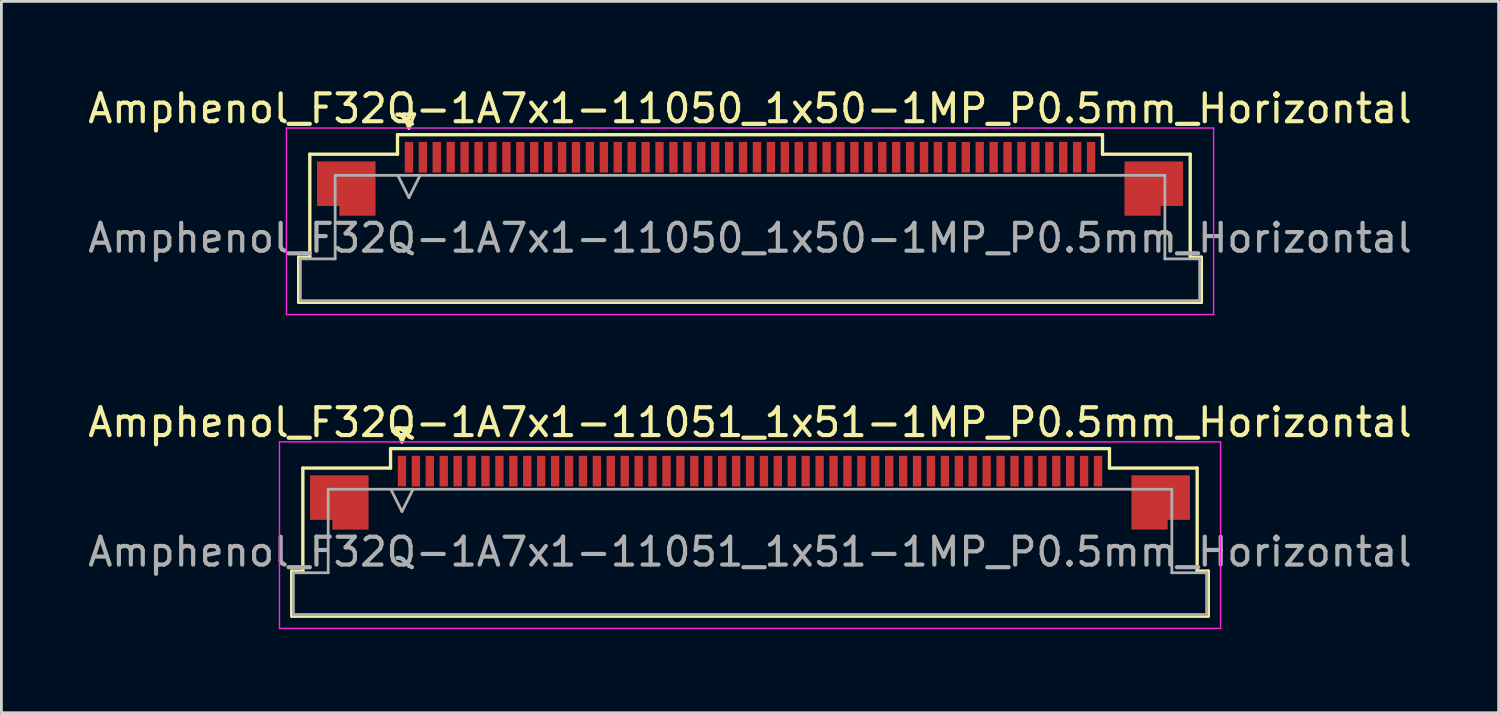
<source format=kicad_pcb>
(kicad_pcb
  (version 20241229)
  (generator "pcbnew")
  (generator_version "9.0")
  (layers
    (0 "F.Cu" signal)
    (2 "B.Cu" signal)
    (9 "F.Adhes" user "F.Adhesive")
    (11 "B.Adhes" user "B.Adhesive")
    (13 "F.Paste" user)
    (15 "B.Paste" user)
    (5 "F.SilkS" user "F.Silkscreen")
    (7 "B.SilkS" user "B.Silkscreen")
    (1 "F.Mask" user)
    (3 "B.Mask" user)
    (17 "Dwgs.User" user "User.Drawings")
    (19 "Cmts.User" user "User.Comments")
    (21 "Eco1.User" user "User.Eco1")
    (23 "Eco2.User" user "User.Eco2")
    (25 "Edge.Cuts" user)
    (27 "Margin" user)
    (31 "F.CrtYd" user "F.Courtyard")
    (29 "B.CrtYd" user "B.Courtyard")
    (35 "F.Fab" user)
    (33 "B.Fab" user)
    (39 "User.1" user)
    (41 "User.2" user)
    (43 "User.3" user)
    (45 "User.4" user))
  (footprint "Amphenol_F32Q-1A7x1-11051_1x51-1MP_P0.5mm_Horizontal"
    (layer "F.Cu")
    (at 23.887 16.771)
    (property "Reference" "Amphenol_F32Q-1A7x1-11051_1x51-1MP_P0.5mm_Horizontal" (at 0 -4.65 0) (layer "F.SilkS") (effects (font (size 1 1) (thickness 0.15))))
    (attr smd)
    (fp_line (start -16.46 0.69) (end -16.06 0.69) (stroke (width 0.12) (type solid)) (layer "F.SilkS"))
    (fp_line (start -16.46 2.31) (end -16.46 0.69) (stroke (width 0.12) (type solid)) (layer "F.SilkS"))
    (fp_line (start -16.06 -3.01) (end -12.91 -3.01) (stroke (width 0.12) (type solid)) (layer "F.SilkS"))
    (fp_line (start -16.06 0.69) (end -16.06 -3.01) (stroke (width 0.12) (type solid)) (layer "F.SilkS"))
    (fp_line (start -12.91 -3.71) (end 12.91 -3.71) (stroke (width 0.12) (type solid)) (layer "F.SilkS"))
    (fp_line (start -12.91 -3.01) (end -12.91 -3.71) (stroke (width 0.12) (type solid)) (layer "F.SilkS"))
    (fp_line (start -12.7 -4.45) (end -12.5 -3.95) (stroke (width 0.12) (type solid)) (layer "F.SilkS"))
    (fp_line (start -12.5 -3.95) (end -12.3 -4.45) (stroke (width 0.12) (type solid)) (layer "F.SilkS"))
    (fp_line (start -12.3 -4.45) (end -12.7 -4.45) (stroke (width 0.12) (type solid)) (layer "F.SilkS"))
    (fp_line (start 12.91 -3.71) (end 12.91 -3.01) (stroke (width 0.12) (type solid)) (layer "F.SilkS"))
    (fp_line (start 12.91 -3.01) (end 16.06 -3.01) (stroke (width 0.12) (type solid)) (layer "F.SilkS"))
    (fp_line (start 16.06 -3.01) (end 16.06 0.69) (stroke (width 0.12) (type solid)) (layer "F.SilkS"))
    (fp_line (start 16.06 0.69) (end 16.46 0.69) (stroke (width 0.12) (type solid)) (layer "F.SilkS"))
    (fp_line (start 16.46 0.69) (end 16.46 2.31) (stroke (width 0.12) (type solid)) (layer "F.SilkS"))
    (fp_line (start 16.46 2.31) (end -16.46 2.31) (stroke (width 0.12) (type solid)) (layer "F.SilkS"))
    (fp_line (start -16.9 -3.95) (end -16.9 2.75) (stroke (width 0.05) (type solid)) (layer "F.CrtYd"))
    (fp_line (start -16.9 2.75) (end 16.9 2.75) (stroke (width 0.05) (type solid)) (layer "F.CrtYd"))
    (fp_line (start 16.9 -3.95) (end -16.9 -3.95) (stroke (width 0.05) (type solid)) (layer "F.CrtYd"))
    (fp_line (start 16.9 2.75) (end 16.9 -3.95) (stroke (width 0.05) (type solid)) (layer "F.CrtYd"))
    (fp_line (start -16.4 0.75) (end -15.15 0.75) (stroke (width 0.1) (type solid)) (layer "F.Fab"))
    (fp_line (start -16.4 2.25) (end -16.4 0.75) (stroke (width 0.1) (type solid)) (layer "F.Fab"))
    (fp_line (start -15.15 -2.25) (end 15.15 -2.25) (stroke (width 0.1) (type solid)) (layer "F.Fab"))
    (fp_line (start -15.15 0.75) (end -15.15 -2.25) (stroke (width 0.1) (type solid)) (layer "F.Fab"))
    (fp_line (start -12.9 -2.25) (end -12.5 -1.45) (stroke (width 0.1) (type solid)) (layer "F.Fab"))
    (fp_line (start -12.5 -1.45) (end -12.1 -2.25) (stroke (width 0.1) (type solid)) (layer "F.Fab"))
    (fp_line (start 15.15 -2.25) (end 15.15 0.75) (stroke (width 0.1) (type solid)) (layer "F.Fab"))
    (fp_line (start 15.15 0.75) (end 16.4 0.75) (stroke (width 0.1) (type solid)) (layer "F.Fab"))
    (fp_line (start 16.4 0.75) (end 16.4 2.25) (stroke (width 0.1) (type solid)) (layer "F.Fab"))
    (fp_line (start 16.4 2.25) (end -16.4 2.25) (stroke (width 0.1) (type solid)) (layer "F.Fab"))
    (fp_text user "${REFERENCE}" (at 0 0 0) (layer "F.Fab") (effects (font (size 1 1) (thickness 0.15))))
    (pad "1" smd rect (at -12.5 -2.9) (size 0.3 1.1) (layers "F.Cu" "F.Mask" "F.Paste"))
    (pad "2" smd rect (at -12 -2.9) (size 0.3 1.1) (layers "F.Cu" "F.Mask" "F.Paste"))
    (pad "3" smd rect (at -11.5 -2.9) (size 0.3 1.1) (layers "F.Cu" "F.Mask" "F.Paste"))
    (pad "4" smd rect (at -11 -2.9) (size 0.3 1.1) (layers "F.Cu" "F.Mask" "F.Paste"))
    (pad "5" smd rect (at -10.5 -2.9) (size 0.3 1.1) (layers "F.Cu" "F.Mask" "F.Paste"))
    (pad "6" smd rect (at -10 -2.9) (size 0.3 1.1) (layers "F.Cu" "F.Mask" "F.Paste"))
    (pad "7" smd rect (at -9.5 -2.9) (size 0.3 1.1) (layers "F.Cu" "F.Mask" "F.Paste"))
    (pad "8" smd rect (at -9 -2.9) (size 0.3 1.1) (layers "F.Cu" "F.Mask" "F.Paste"))
    (pad "9" smd rect (at -8.5 -2.9) (size 0.3 1.1) (layers "F.Cu" "F.Mask" "F.Paste"))
    (pad "10" smd rect (at -8 -2.9) (size 0.3 1.1) (layers "F.Cu" "F.Mask" "F.Paste"))
    (pad "11" smd rect (at -7.5 -2.9) (size 0.3 1.1) (layers "F.Cu" "F.Mask" "F.Paste"))
    (pad "12" smd rect (at -7 -2.9) (size 0.3 1.1) (layers "F.Cu" "F.Mask" "F.Paste"))
    (pad "13" smd rect (at -6.5 -2.9) (size 0.3 1.1) (layers "F.Cu" "F.Mask" "F.Paste"))
    (pad "14" smd rect (at -6 -2.9) (size 0.3 1.1) (layers "F.Cu" "F.Mask" "F.Paste"))
    (pad "15" smd rect (at -5.5 -2.9) (size 0.3 1.1) (layers "F.Cu" "F.Mask" "F.Paste"))
    (pad "16" smd rect (at -5 -2.9) (size 0.3 1.1) (layers "F.Cu" "F.Mask" "F.Paste"))
    (pad "17" smd rect (at -4.5 -2.9) (size 0.3 1.1) (layers "F.Cu" "F.Mask" "F.Paste"))
    (pad "18" smd rect (at -4 -2.9) (size 0.3 1.1) (layers "F.Cu" "F.Mask" "F.Paste"))
    (pad "19" smd rect (at -3.5 -2.9) (size 0.3 1.1) (layers "F.Cu" "F.Mask" "F.Paste"))
    (pad "20" smd rect (at -3 -2.9) (size 0.3 1.1) (layers "F.Cu" "F.Mask" "F.Paste"))
    (pad "21" smd rect (at -2.5 -2.9) (size 0.3 1.1) (layers "F.Cu" "F.Mask" "F.Paste"))
    (pad "22" smd rect (at -2 -2.9) (size 0.3 1.1) (layers "F.Cu" "F.Mask" "F.Paste"))
    (pad "23" smd rect (at -1.5 -2.9) (size 0.3 1.1) (layers "F.Cu" "F.Mask" "F.Paste"))
    (pad "24" smd rect (at -1 -2.9) (size 0.3 1.1) (layers "F.Cu" "F.Mask" "F.Paste"))
    (pad "25" smd rect (at -0.5 -2.9) (size 0.3 1.1) (layers "F.Cu" "F.Mask" "F.Paste"))
    (pad "26" smd rect (at 0 -2.9) (size 0.3 1.1) (layers "F.Cu" "F.Mask" "F.Paste"))
    (pad "27" smd rect (at 0.5 -2.9) (size 0.3 1.1) (layers "F.Cu" "F.Mask" "F.Paste"))
    (pad "28" smd rect (at 1 -2.9) (size 0.3 1.1) (layers "F.Cu" "F.Mask" "F.Paste"))
    (pad "29" smd rect (at 1.5 -2.9) (size 0.3 1.1) (layers "F.Cu" "F.Mask" "F.Paste"))
    (pad "30" smd rect (at 2 -2.9) (size 0.3 1.1) (layers "F.Cu" "F.Mask" "F.Paste"))
    (pad "31" smd rect (at 2.5 -2.9) (size 0.3 1.1) (layers "F.Cu" "F.Mask" "F.Paste"))
    (pad "32" smd rect (at 3 -2.9) (size 0.3 1.1) (layers "F.Cu" "F.Mask" "F.Paste"))
    (pad "33" smd rect (at 3.5 -2.9) (size 0.3 1.1) (layers "F.Cu" "F.Mask" "F.Paste"))
    (pad "34" smd rect (at 4 -2.9) (size 0.3 1.1) (layers "F.Cu" "F.Mask" "F.Paste"))
    (pad "35" smd rect (at 4.5 -2.9) (size 0.3 1.1) (layers "F.Cu" "F.Mask" "F.Paste"))
    (pad "36" smd rect (at 5 -2.9) (size 0.3 1.1) (layers "F.Cu" "F.Mask" "F.Paste"))
    (pad "37" smd rect (at 5.5 -2.9) (size 0.3 1.1) (layers "F.Cu" "F.Mask" "F.Paste"))
    (pad "38" smd rect (at 6 -2.9) (size 0.3 1.1) (layers "F.Cu" "F.Mask" "F.Paste"))
    (pad "39" smd rect (at 6.5 -2.9) (size 0.3 1.1) (layers "F.Cu" "F.Mask" "F.Paste"))
    (pad "40" smd rect (at 7 -2.9) (size 0.3 1.1) (layers "F.Cu" "F.Mask" "F.Paste"))
    (pad "41" smd rect (at 7.5 -2.9) (size 0.3 1.1) (layers "F.Cu" "F.Mask" "F.Paste"))
    (pad "42" smd rect (at 8 -2.9) (size 0.3 1.1) (layers "F.Cu" "F.Mask" "F.Paste"))
    (pad "43" smd rect (at 8.5 -2.9) (size 0.3 1.1) (layers "F.Cu" "F.Mask" "F.Paste"))
    (pad "44" smd rect (at 9 -2.9) (size 0.3 1.1) (layers "F.Cu" "F.Mask" "F.Paste"))
    (pad "45" smd rect (at 9.5 -2.9) (size 0.3 1.1) (layers "F.Cu" "F.Mask" "F.Paste"))
    (pad "46" smd rect (at 10 -2.9) (size 0.3 1.1) (layers "F.Cu" "F.Mask" "F.Paste"))
    (pad "47" smd rect (at 10.5 -2.9) (size 0.3 1.1) (layers "F.Cu" "F.Mask" "F.Paste"))
    (pad "48" smd rect (at 11 -2.9) (size 0.3 1.1) (layers "F.Cu" "F.Mask" "F.Paste"))
    (pad "49" smd rect (at 11.5 -2.9) (size 0.3 1.1) (layers "F.Cu" "F.Mask" "F.Paste"))
    (pad "50" smd rect (at 12 -2.9) (size 0.3 1.1) (layers "F.Cu" "F.Mask" "F.Paste"))
    (pad "51" smd rect (at 12.5 -2.9) (size 0.3 1.1) (layers "F.Cu" "F.Mask" "F.Paste"))
    (pad "MP" smd custom (at -14.75 -1.775) (size 1 1) (layers "F.Cu" "F.Mask" "F.Paste") (options (anchor circle)) (primitives (gr_poly (pts (xy 1.05 -0.975) (xy 1.05 0.975) (xy -0.25 0.975) (xy -0.25 0.625) (xy -1.05 0.625) (xy -1.05 -0.975) (xy 1.05 -0.975)) (width 0) (fill yes))))
    (pad "MP" smd custom (at 14.75 -1.775) (size 1 1) (layers "F.Cu" "F.Mask" "F.Paste") (options (anchor circle)) (primitives (gr_poly (pts (xy -1.05 -0.975) (xy -1.05 0.975) (xy 0.25 0.975) (xy 0.25 0.625) (xy 1.05 0.625) (xy 1.05 -0.975) (xy -1.05 -0.975)) (width 0) (fill yes)))))
  (footprint "Amphenol_F32Q-1A7x1-11050_1x50-1MP_P0.5mm_Horizontal"
    (layer "F.Cu")
    (at 23.887 5.498)
    (property "Reference" "Amphenol_F32Q-1A7x1-11050_1x50-1MP_P0.5mm_Horizontal" (at 0 -4.65 0) (layer "F.SilkS") (effects (font (size 1 1) (thickness 0.15))))
    (attr smd)
    (fp_line (start -16.21 0.69) (end -15.81 0.69) (stroke (width 0.12) (type solid)) (layer "F.SilkS"))
    (fp_line (start -16.21 2.31) (end -16.21 0.69) (stroke (width 0.12) (type solid)) (layer "F.SilkS"))
    (fp_line (start -15.81 -3.01) (end -12.66 -3.01) (stroke (width 0.12) (type solid)) (layer "F.SilkS"))
    (fp_line (start -15.81 0.69) (end -15.81 -3.01) (stroke (width 0.12) (type solid)) (layer "F.SilkS"))
    (fp_line (start -12.66 -3.71) (end 12.66 -3.71) (stroke (width 0.12) (type solid)) (layer "F.SilkS"))
    (fp_line (start -12.66 -3.01) (end -12.66 -3.71) (stroke (width 0.12) (type solid)) (layer "F.SilkS"))
    (fp_line (start -12.45 -4.45) (end -12.25 -3.95) (stroke (width 0.12) (type solid)) (layer "F.SilkS"))
    (fp_line (start -12.25 -3.95) (end -12.05 -4.45) (stroke (width 0.12) (type solid)) (layer "F.SilkS"))
    (fp_line (start -12.05 -4.45) (end -12.45 -4.45) (stroke (width 0.12) (type solid)) (layer "F.SilkS"))
    (fp_line (start 12.66 -3.71) (end 12.66 -3.01) (stroke (width 0.12) (type solid)) (layer "F.SilkS"))
    (fp_line (start 12.66 -3.01) (end 15.81 -3.01) (stroke (width 0.12) (type solid)) (layer "F.SilkS"))
    (fp_line (start 15.81 -3.01) (end 15.81 0.69) (stroke (width 0.12) (type solid)) (layer "F.SilkS"))
    (fp_line (start 15.81 0.69) (end 16.21 0.69) (stroke (width 0.12) (type solid)) (layer "F.SilkS"))
    (fp_line (start 16.21 0.69) (end 16.21 2.31) (stroke (width 0.12) (type solid)) (layer "F.SilkS"))
    (fp_line (start 16.21 2.31) (end -16.21 2.31) (stroke (width 0.12) (type solid)) (layer "F.SilkS"))
    (fp_line (start -16.65 -3.95) (end -16.65 2.75) (stroke (width 0.05) (type solid)) (layer "F.CrtYd"))
    (fp_line (start -16.65 2.75) (end 16.65 2.75) (stroke (width 0.05) (type solid)) (layer "F.CrtYd"))
    (fp_line (start 16.65 -3.95) (end -16.65 -3.95) (stroke (width 0.05) (type solid)) (layer "F.CrtYd"))
    (fp_line (start 16.65 2.75) (end 16.65 -3.95) (stroke (width 0.05) (type solid)) (layer "F.CrtYd"))
    (fp_line (start -16.15 0.75) (end -14.9 0.75) (stroke (width 0.1) (type solid)) (layer "F.Fab"))
    (fp_line (start -16.15 2.25) (end -16.15 0.75) (stroke (width 0.1) (type solid)) (layer "F.Fab"))
    (fp_line (start -14.9 -2.25) (end 14.9 -2.25) (stroke (width 0.1) (type solid)) (layer "F.Fab"))
    (fp_line (start -14.9 0.75) (end -14.9 -2.25) (stroke (width 0.1) (type solid)) (layer "F.Fab"))
    (fp_line (start -12.65 -2.25) (end -12.25 -1.45) (stroke (width 0.1) (type solid)) (layer "F.Fab"))
    (fp_line (start -12.25 -1.45) (end -11.85 -2.25) (stroke (width 0.1) (type solid)) (layer "F.Fab"))
    (fp_line (start 14.9 -2.25) (end 14.9 0.75) (stroke (width 0.1) (type solid)) (layer "F.Fab"))
    (fp_line (start 14.9 0.75) (end 16.15 0.75) (stroke (width 0.1) (type solid)) (layer "F.Fab"))
    (fp_line (start 16.15 0.75) (end 16.15 2.25) (stroke (width 0.1) (type solid)) (layer "F.Fab"))
    (fp_line (start 16.15 2.25) (end -16.15 2.25) (stroke (width 0.1) (type solid)) (layer "F.Fab"))
    (fp_text user "${REFERENCE}" (at 0 0 0) (layer "F.Fab") (effects (font (size 1 1) (thickness 0.15))))
    (pad "1" smd rect (at -12.25 -2.9) (size 0.3 1.1) (layers "F.Cu" "F.Mask" "F.Paste"))
    (pad "2" smd rect (at -11.75 -2.9) (size 0.3 1.1) (layers "F.Cu" "F.Mask" "F.Paste"))
    (pad "3" smd rect (at -11.25 -2.9) (size 0.3 1.1) (layers "F.Cu" "F.Mask" "F.Paste"))
    (pad "4" smd rect (at -10.75 -2.9) (size 0.3 1.1) (layers "F.Cu" "F.Mask" "F.Paste"))
    (pad "5" smd rect (at -10.25 -2.9) (size 0.3 1.1) (layers "F.Cu" "F.Mask" "F.Paste"))
    (pad "6" smd rect (at -9.75 -2.9) (size 0.3 1.1) (layers "F.Cu" "F.Mask" "F.Paste"))
    (pad "7" smd rect (at -9.25 -2.9) (size 0.3 1.1) (layers "F.Cu" "F.Mask" "F.Paste"))
    (pad "8" smd rect (at -8.75 -2.9) (size 0.3 1.1) (layers "F.Cu" "F.Mask" "F.Paste"))
    (pad "9" smd rect (at -8.25 -2.9) (size 0.3 1.1) (layers "F.Cu" "F.Mask" "F.Paste"))
    (pad "10" smd rect (at -7.75 -2.9) (size 0.3 1.1) (layers "F.Cu" "F.Mask" "F.Paste"))
    (pad "11" smd rect (at -7.25 -2.9) (size 0.3 1.1) (layers "F.Cu" "F.Mask" "F.Paste"))
    (pad "12" smd rect (at -6.75 -2.9) (size 0.3 1.1) (layers "F.Cu" "F.Mask" "F.Paste"))
    (pad "13" smd rect (at -6.25 -2.9) (size 0.3 1.1) (layers "F.Cu" "F.Mask" "F.Paste"))
    (pad "14" smd rect (at -5.75 -2.9) (size 0.3 1.1) (layers "F.Cu" "F.Mask" "F.Paste"))
    (pad "15" smd rect (at -5.25 -2.9) (size 0.3 1.1) (layers "F.Cu" "F.Mask" "F.Paste"))
    (pad "16" smd rect (at -4.75 -2.9) (size 0.3 1.1) (layers "F.Cu" "F.Mask" "F.Paste"))
    (pad "17" smd rect (at -4.25 -2.9) (size 0.3 1.1) (layers "F.Cu" "F.Mask" "F.Paste"))
    (pad "18" smd rect (at -3.75 -2.9) (size 0.3 1.1) (layers "F.Cu" "F.Mask" "F.Paste"))
    (pad "19" smd rect (at -3.25 -2.9) (size 0.3 1.1) (layers "F.Cu" "F.Mask" "F.Paste"))
    (pad "20" smd rect (at -2.75 -2.9) (size 0.3 1.1) (layers "F.Cu" "F.Mask" "F.Paste"))
    (pad "21" smd rect (at -2.25 -2.9) (size 0.3 1.1) (layers "F.Cu" "F.Mask" "F.Paste"))
    (pad "22" smd rect (at -1.75 -2.9) (size 0.3 1.1) (layers "F.Cu" "F.Mask" "F.Paste"))
    (pad "23" smd rect (at -1.25 -2.9) (size 0.3 1.1) (layers "F.Cu" "F.Mask" "F.Paste"))
    (pad "24" smd rect (at -0.75 -2.9) (size 0.3 1.1) (layers "F.Cu" "F.Mask" "F.Paste"))
    (pad "25" smd rect (at -0.25 -2.9) (size 0.3 1.1) (layers "F.Cu" "F.Mask" "F.Paste"))
    (pad "26" smd rect (at 0.25 -2.9) (size 0.3 1.1) (layers "F.Cu" "F.Mask" "F.Paste"))
    (pad "27" smd rect (at 0.75 -2.9) (size 0.3 1.1) (layers "F.Cu" "F.Mask" "F.Paste"))
    (pad "28" smd rect (at 1.25 -2.9) (size 0.3 1.1) (layers "F.Cu" "F.Mask" "F.Paste"))
    (pad "29" smd rect (at 1.75 -2.9) (size 0.3 1.1) (layers "F.Cu" "F.Mask" "F.Paste"))
    (pad "30" smd rect (at 2.25 -2.9) (size 0.3 1.1) (layers "F.Cu" "F.Mask" "F.Paste"))
    (pad "31" smd rect (at 2.75 -2.9) (size 0.3 1.1) (layers "F.Cu" "F.Mask" "F.Paste"))
    (pad "32" smd rect (at 3.25 -2.9) (size 0.3 1.1) (layers "F.Cu" "F.Mask" "F.Paste"))
    (pad "33" smd rect (at 3.75 -2.9) (size 0.3 1.1) (layers "F.Cu" "F.Mask" "F.Paste"))
    (pad "34" smd rect (at 4.25 -2.9) (size 0.3 1.1) (layers "F.Cu" "F.Mask" "F.Paste"))
    (pad "35" smd rect (at 4.75 -2.9) (size 0.3 1.1) (layers "F.Cu" "F.Mask" "F.Paste"))
    (pad "36" smd rect (at 5.25 -2.9) (size 0.3 1.1) (layers "F.Cu" "F.Mask" "F.Paste"))
    (pad "37" smd rect (at 5.75 -2.9) (size 0.3 1.1) (layers "F.Cu" "F.Mask" "F.Paste"))
    (pad "38" smd rect (at 6.25 -2.9) (size 0.3 1.1) (layers "F.Cu" "F.Mask" "F.Paste"))
    (pad "39" smd rect (at 6.75 -2.9) (size 0.3 1.1) (layers "F.Cu" "F.Mask" "F.Paste"))
    (pad "40" smd rect (at 7.25 -2.9) (size 0.3 1.1) (layers "F.Cu" "F.Mask" "F.Paste"))
    (pad "41" smd rect (at 7.75 -2.9) (size 0.3 1.1) (layers "F.Cu" "F.Mask" "F.Paste"))
    (pad "42" smd rect (at 8.25 -2.9) (size 0.3 1.1) (layers "F.Cu" "F.Mask" "F.Paste"))
    (pad "43" smd rect (at 8.75 -2.9) (size 0.3 1.1) (layers "F.Cu" "F.Mask" "F.Paste"))
    (pad "44" smd rect (at 9.25 -2.9) (size 0.3 1.1) (layers "F.Cu" "F.Mask" "F.Paste"))
    (pad "45" smd rect (at 9.75 -2.9) (size 0.3 1.1) (layers "F.Cu" "F.Mask" "F.Paste"))
    (pad "46" smd rect (at 10.25 -2.9) (size 0.3 1.1) (layers "F.Cu" "F.Mask" "F.Paste"))
    (pad "47" smd rect (at 10.75 -2.9) (size 0.3 1.1) (layers "F.Cu" "F.Mask" "F.Paste"))
    (pad "48" smd rect (at 11.25 -2.9) (size 0.3 1.1) (layers "F.Cu" "F.Mask" "F.Paste"))
    (pad "49" smd rect (at 11.75 -2.9) (size 0.3 1.1) (layers "F.Cu" "F.Mask" "F.Paste"))
    (pad "50" smd rect (at 12.25 -2.9) (size 0.3 1.1) (layers "F.Cu" "F.Mask" "F.Paste"))
    (pad "MP" smd custom (at -14.5 -1.775) (size 1 1) (layers "F.Cu" "F.Mask" "F.Paste") (options (anchor circle)) (primitives (gr_poly (pts (xy 1.05 -0.975) (xy 1.05 0.975) (xy -0.25 0.975) (xy -0.25 0.625) (xy -1.05 0.625) (xy -1.05 -0.975) (xy 1.05 -0.975)) (width 0) (fill yes))))
    (pad "MP" smd custom (at 14.5 -1.775) (size 1 1) (layers "F.Cu" "F.Mask" "F.Paste") (options (anchor circle)) (primitives (gr_poly (pts (xy -1.05 -0.975) (xy -1.05 0.975) (xy 0.25 0.975) (xy 0.25 0.625) (xy 1.05 0.625) (xy 1.05 -0.975) (xy -1.05 -0.975)) (width 0) (fill yes)))))
  (gr_rect
    (start -3 -3)
    (end 50.774 22.547)
    (stroke (width 0.1) (type default))
    (fill no)
    (layer "Edge.Cuts")))
</source>
